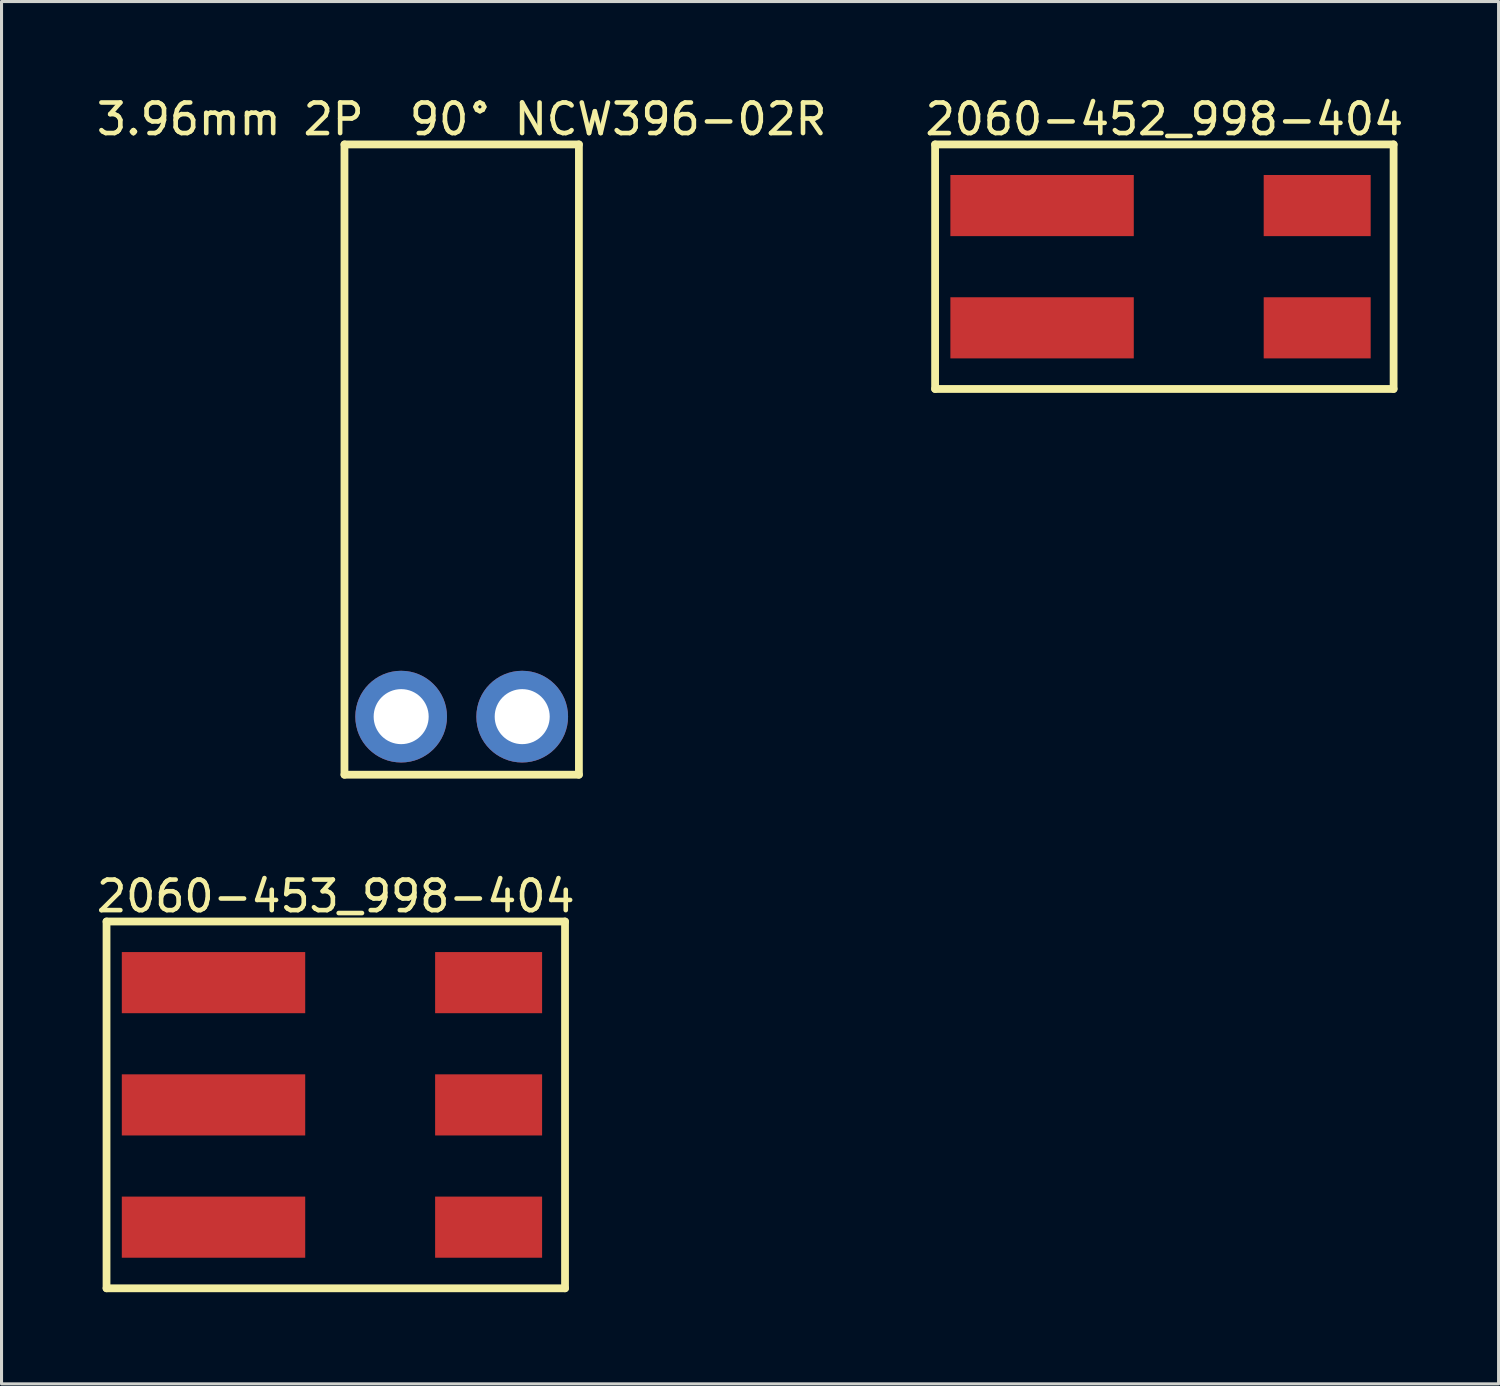
<source format=kicad_pcb>
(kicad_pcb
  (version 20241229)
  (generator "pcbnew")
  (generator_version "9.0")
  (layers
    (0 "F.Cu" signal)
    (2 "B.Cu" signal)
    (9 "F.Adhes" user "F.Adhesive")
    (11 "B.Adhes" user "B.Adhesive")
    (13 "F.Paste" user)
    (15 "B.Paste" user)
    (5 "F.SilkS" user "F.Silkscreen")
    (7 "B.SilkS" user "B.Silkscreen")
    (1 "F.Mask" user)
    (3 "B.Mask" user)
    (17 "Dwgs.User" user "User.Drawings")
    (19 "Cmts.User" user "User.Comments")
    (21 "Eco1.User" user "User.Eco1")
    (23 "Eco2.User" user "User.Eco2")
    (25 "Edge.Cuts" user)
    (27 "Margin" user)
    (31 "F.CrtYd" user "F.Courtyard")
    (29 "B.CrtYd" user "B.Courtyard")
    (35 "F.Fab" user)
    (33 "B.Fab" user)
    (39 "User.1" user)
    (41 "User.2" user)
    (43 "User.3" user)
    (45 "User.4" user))
  (footprint "3.96mm 2P  90° NCW396-02R"
    (layer "F.Cu")
    (at 12.054 20.395)
    (property "Reference" "3.96mm 2P  90° NCW396-02R" (at 0 -19.547 0) (layer "F.SilkS") (effects (font (size 1 1) (thickness 0.15))))
    (fp_line (start -3.835 -18.72) (end 3.835 -18.72) (stroke (width 0.254) (type solid)) (layer "F.SilkS"))
    (fp_line (start -3.835 1.9) (end -3.835 -18.72) (stroke (width 0.254) (type solid)) (layer "F.SilkS"))
    (fp_line (start -3.835 1.9) (end 3.835 1.9) (stroke (width 0.254) (type solid)) (layer "F.SilkS"))
    (fp_line (start 3.835 1.9) (end 3.835 -18.72) (stroke (width 0.254) (type solid)) (layer "F.SilkS"))
    (pad "1" thru_hole circle (at 1.98 0) (size 3 3) (drill 1.8) (layers "*.Cu" "*.Mask"))
    (pad "2" thru_hole circle (at -1.98 0) (size 3 3) (drill 1.8) (layers "*.Cu" "*.Mask")))
  (footprint "2060-452_998-404"
    (layer "F.Cu")
    (at 35.542 5.675)
    (property "Reference" "2060-452_998-404" (at -0.5 -4.827 0) (layer "F.SilkS") (effects (font (size 1 1) (thickness 0.15))))
    (fp_line (start -8 -4) (end 7 -4) (stroke (width 0.254) (type solid)) (layer "F.SilkS"))
    (fp_line (start -8 4) (end -8 -4) (stroke (width 0.254) (type solid)) (layer "F.SilkS"))
    (fp_line (start -8 4) (end 7 4) (stroke (width 0.254) (type solid)) (layer "F.SilkS"))
    (fp_line (start 7 4) (end 7 -4) (stroke (width 0.254) (type solid)) (layer "F.SilkS"))
    (pad "1" smd rect (at -4.5 -2 180) (size 6 2) (layers "F.Cu" "F.Mask" "F.Paste"))
    (pad "1" smd rect (at 4.5 -2 180) (size 3.5 2) (layers "F.Cu" "F.Mask" "F.Paste"))
    (pad "2" smd rect (at -4.5 2 180) (size 6 2) (layers "F.Cu" "F.Mask" "F.Paste"))
    (pad "2" smd rect (at 4.5 2 180) (size 3.5 2) (layers "F.Cu" "F.Mask" "F.Paste")))
  (footprint "2060-453_998-404"
    (layer "F.Cu")
    (at 8.435 33.097)
    (property "Reference" "2060-453_998-404" (at -0.5 -6.827 0) (layer "F.SilkS") (effects (font (size 1 1) (thickness 0.15))))
    (fp_line (start -8 -6) (end 7 -6) (stroke (width 0.254) (type solid)) (layer "F.SilkS"))
    (fp_line (start -8 6) (end -8 -6) (stroke (width 0.254) (type solid)) (layer "F.SilkS"))
    (fp_line (start -8 6) (end 7 6) (stroke (width 0.254) (type solid)) (layer "F.SilkS"))
    (fp_line (start 7 6) (end 7 -6) (stroke (width 0.254) (type solid)) (layer "F.SilkS"))
    (pad "1" smd rect (at -4.5 -4 180) (size 6 2) (layers "F.Cu" "F.Mask" "F.Paste"))
    (pad "1" smd rect (at 4.5 -4 180) (size 3.5 2) (layers "F.Cu" "F.Mask" "F.Paste"))
    (pad "2" smd rect (at -4.5 0 180) (size 6 2) (layers "F.Cu" "F.Mask" "F.Paste"))
    (pad "2" smd rect (at 4.5 0 180) (size 3.5 2) (layers "F.Cu" "F.Mask" "F.Paste"))
    (pad "3" smd rect (at -4.5 4 180) (size 6 2) (layers "F.Cu" "F.Mask" "F.Paste"))
    (pad "3" smd rect (at 4.5 4 180) (size 3.5 2) (layers "F.Cu" "F.Mask" "F.Paste")))
  (gr_rect
    (start -3 -3)
    (end 45.976 42.224)
    (stroke (width 0.1) (type default))
    (fill no)
    (layer "Edge.Cuts")))
</source>
